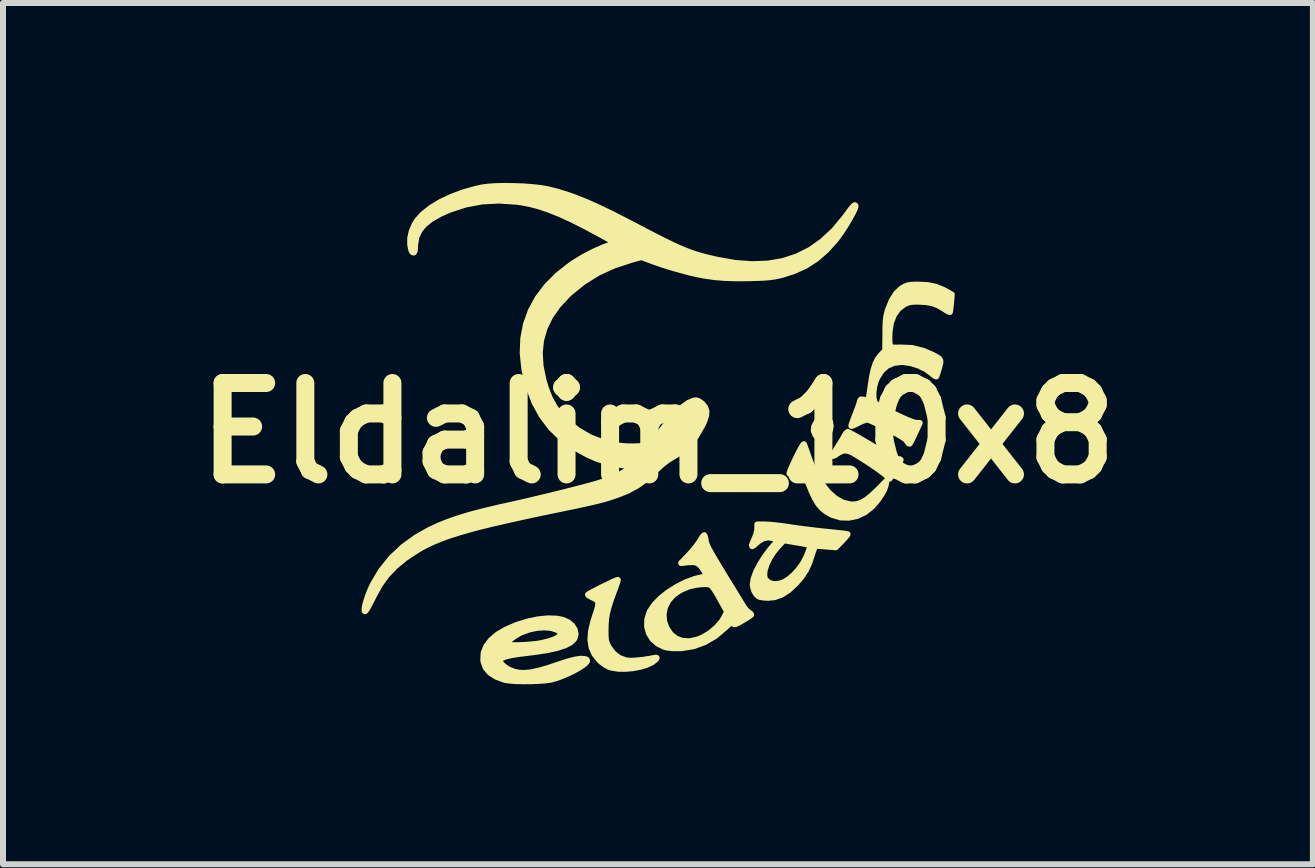
<source format=kicad_pcb>
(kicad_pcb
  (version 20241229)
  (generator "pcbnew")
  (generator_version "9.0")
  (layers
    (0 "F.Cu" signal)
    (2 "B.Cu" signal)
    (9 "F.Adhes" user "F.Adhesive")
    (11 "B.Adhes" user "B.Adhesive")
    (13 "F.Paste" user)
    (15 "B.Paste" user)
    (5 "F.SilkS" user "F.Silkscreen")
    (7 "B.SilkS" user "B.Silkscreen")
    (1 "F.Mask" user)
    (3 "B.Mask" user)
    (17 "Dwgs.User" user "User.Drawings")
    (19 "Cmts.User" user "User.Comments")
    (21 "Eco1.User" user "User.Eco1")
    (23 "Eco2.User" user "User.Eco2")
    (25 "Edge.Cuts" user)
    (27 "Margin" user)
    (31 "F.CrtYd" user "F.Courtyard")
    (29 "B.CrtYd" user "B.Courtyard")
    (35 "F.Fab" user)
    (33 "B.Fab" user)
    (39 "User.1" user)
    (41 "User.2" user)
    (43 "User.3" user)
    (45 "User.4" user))
  (footprint "Eldalim_10x8"
    (layer "F.Cu")
    (at 7.918 4.169)
    (property "Reference" "Eldalim_10x8" (at 0 0 0) (layer "F.SilkS") (effects (font (size 1.524 1.524) (thickness 0.3))))
    (attr through_hole)
    (fp_poly (pts (xy 2.879 -0.115) (xy 2.866 -0.045) (xy 2.831 0.013) (xy 2.783 0.054) (xy 2.729 0.075) (xy 2.676 0.072) (xy 2.63 0.04) (xy 2.626 0.033) (xy 2.597 -0.037) (xy 2.604 -0.111) (xy 2.645 -0.183) (xy 2.66 -0.199) (xy 2.726 -0.248) (xy 2.786 -0.262) (xy 2.834 -0.243) (xy 2.867 -0.192) (xy 2.879 -0.115)) (stroke (width 0.1) (type solid)) (fill yes) (layer "F.SilkS"))
    (fp_poly (pts (xy 4.045 0.447) (xy 4.036 0.471) (xy 4.012 0.517) (xy 3.978 0.576) (xy 3.94 0.639) (xy 3.904 0.697) (xy 3.875 0.741) (xy 3.859 0.761) (xy 3.84 0.755) (xy 3.828 0.732) (xy 3.809 0.709) (xy 3.762 0.67) (xy 3.693 0.618) (xy 3.608 0.558) (xy 3.511 0.493) (xy 3.408 0.427) (xy 3.304 0.362) (xy 3.25 0.33) (xy 3.168 0.294) (xy 3.095 0.29) (xy 3.022 0.32) (xy 2.979 0.349) (xy 2.941 0.374) (xy 2.919 0.381) (xy 2.916 0.378) (xy 2.926 0.354) (xy 2.951 0.308) (xy 2.988 0.248) (xy 2.998 0.231) (xy 3.042 0.161) (xy 3.082 0.096) (xy 3.109 0.047) (xy 3.112 0.042) (xy 3.137 0.002) (xy 3.16 -0.018) (xy 3.163 -0.019) (xy 3.184 -0.01) (xy 3.233 0.016) (xy 3.305 0.056) (xy 3.394 0.107) (xy 3.497 0.167) (xy 3.564 0.207) (xy 3.692 0.282) (xy 3.802 0.343) (xy 3.892 0.39) (xy 3.956 0.421) (xy 3.993 0.433) (xy 3.995 0.433) (xy 4.032 0.437) (xy 4.045 0.447)) (stroke (width 0.1) (type solid)) (fill yes) (layer "F.SilkS"))
    (fp_poly (pts (xy 3.807 0.8) (xy 3.796 0.87) (xy 3.773 0.938) (xy 3.728 1.021) (xy 3.667 1.111) (xy 3.595 1.197) (xy 3.569 1.225) (xy 3.452 1.319) (xy 3.321 1.381) (xy 3.184 1.41) (xy 3.044 1.406) (xy 2.909 1.366) (xy 2.882 1.353) (xy 2.799 1.305) (xy 2.73 1.248) (xy 2.67 1.177) (xy 2.615 1.084) (xy 2.559 0.964) (xy 2.523 0.874) (xy 2.478 0.769) (xy 2.434 0.693) (xy 2.394 0.649) (xy 2.367 0.64) (xy 2.337 0.645) (xy 2.288 0.657) (xy 2.274 0.662) (xy 2.226 0.673) (xy 2.196 0.675) (xy 2.192 0.674) (xy 2.196 0.655) (xy 2.214 0.608) (xy 2.244 0.539) (xy 2.283 0.455) (xy 2.303 0.412) (xy 2.35 0.319) (xy 2.388 0.247) (xy 2.416 0.202) (xy 2.432 0.186) (xy 2.434 0.188) (xy 2.445 0.217) (xy 2.465 0.272) (xy 2.491 0.345) (xy 2.509 0.397) (xy 2.558 0.527) (xy 2.603 0.632) (xy 2.651 0.723) (xy 2.707 0.813) (xy 2.729 0.847) (xy 2.84 0.986) (xy 2.957 1.09) (xy 3.079 1.158) (xy 3.205 1.189) (xy 3.248 1.191) (xy 3.325 1.183) (xy 3.4 1.156) (xy 3.48 1.108) (xy 3.569 1.035) (xy 3.664 0.944) (xy 3.807 0.8)) (stroke (width 0.1) (type solid)) (fill yes) (layer "F.SilkS"))
    (fp_poly (pts (xy -0.022 3.749) (xy -0.034 3.768) (xy -0.036 3.771) (xy -0.097 3.82) (xy -0.187 3.863) (xy -0.297 3.896) (xy -0.419 3.919) (xy -0.544 3.93) (xy -0.664 3.928) (xy -0.771 3.911) (xy -0.808 3.9) (xy -0.872 3.867) (xy -0.942 3.817) (xy -0.979 3.783) (xy -1.058 3.684) (xy -1.107 3.572) (xy -1.126 3.446) (xy -1.116 3.301) (xy -1.077 3.136) (xy -1.057 3.076) (xy -1.022 2.97) (xy -1.001 2.894) (xy -0.994 2.84) (xy -1.002 2.803) (xy -1.025 2.776) (xy -1.063 2.754) (xy -1.082 2.745) (xy -1.131 2.721) (xy -1.161 2.701) (xy -1.166 2.694) (xy -1.151 2.682) (xy -1.108 2.658) (xy -1.046 2.625) (xy -0.972 2.587) (xy -0.893 2.548) (xy -0.816 2.511) (xy -0.749 2.479) (xy -0.699 2.457) (xy -0.672 2.448) (xy -0.67 2.448) (xy -0.674 2.468) (xy -0.689 2.515) (xy -0.712 2.582) (xy -0.737 2.648) (xy -0.788 2.787) (xy -0.824 2.901) (xy -0.849 3) (xy -0.865 3.093) (xy -0.872 3.189) (xy -0.874 3.274) (xy -0.874 3.365) (xy -0.87 3.429) (xy -0.862 3.476) (xy -0.847 3.518) (xy -0.823 3.565) (xy -0.818 3.573) (xy -0.744 3.673) (xy -0.649 3.746) (xy -0.539 3.788) (xy -0.516 3.792) (xy -0.451 3.796) (xy -0.359 3.791) (xy -0.251 3.78) (xy -0.138 3.763) (xy -0.075 3.751) (xy -0.033 3.744) (xy -0.022 3.749)) (stroke (width 0.1) (type solid)) (fill yes) (layer "F.SilkS"))
    (fp_poly (pts (xy 3.16 1.686) (xy 3.152 1.702) (xy 3.122 1.738) (xy 3.078 1.786) (xy 3.066 1.799) (xy 2.963 1.904) (xy 2.804 1.891) (xy 2.73 1.885) (xy 2.67 1.88) (xy 2.634 1.876) (xy 2.629 1.875) (xy 2.617 1.891) (xy 2.598 1.934) (xy 2.576 1.998) (xy 2.566 2.031) (xy 2.536 2.119) (xy 2.536 1.877) (xy 2.533 1.869) (xy 2.512 1.861) (xy 2.461 1.85) (xy 2.388 1.836) (xy 2.31 1.823) (xy 2.098 1.787) (xy 2.001 1.89) (xy 1.924 1.983) (xy 1.859 2.084) (xy 1.811 2.185) (xy 1.78 2.28) (xy 1.77 2.364) (xy 1.782 2.429) (xy 1.793 2.447) (xy 1.854 2.498) (xy 1.935 2.519) (xy 2.029 2.51) (xy 2.104 2.483) (xy 2.183 2.434) (xy 2.268 2.36) (xy 2.349 2.27) (xy 2.417 2.173) (xy 2.439 2.135) (xy 2.48 2.052) (xy 2.511 1.976) (xy 2.531 1.915) (xy 2.536 1.877) (xy 2.536 2.119) (xy 2.518 2.173) (xy 2.463 2.289) (xy 2.394 2.395) (xy 2.301 2.503) (xy 2.298 2.506) (xy 2.178 2.618) (xy 2.06 2.694) (xy 1.94 2.736) (xy 1.836 2.746) (xy 1.767 2.742) (xy 1.708 2.733) (xy 1.68 2.724) (xy 1.638 2.687) (xy 1.603 2.625) (xy 1.583 2.554) (xy 1.58 2.523) (xy 1.594 2.431) (xy 1.633 2.321) (xy 1.695 2.199) (xy 1.775 2.07) (xy 1.87 1.942) (xy 1.906 1.9) (xy 2.011 1.778) (xy 1.932 1.754) (xy 1.839 1.738) (xy 1.756 1.754) (xy 1.674 1.803) (xy 1.645 1.829) (xy 1.597 1.87) (xy 1.571 1.885) (xy 1.566 1.871) (xy 1.581 1.828) (xy 1.608 1.766) (xy 1.635 1.697) (xy 1.652 1.629) (xy 1.656 1.595) (xy 1.656 1.524) (xy 1.784 1.524) (xy 1.849 1.527) (xy 1.94 1.535) (xy 2.048 1.548) (xy 2.162 1.563) (xy 2.209 1.571) (xy 2.339 1.59) (xy 2.491 1.609) (xy 2.647 1.628) (xy 2.791 1.644) (xy 2.829 1.647) (xy 2.935 1.658) (xy 3.027 1.668) (xy 3.1 1.676) (xy 3.146 1.683) (xy 3.16 1.686)) (stroke (width 0.1) (type solid)) (fill yes) (layer "F.SilkS"))
    (fp_poly (pts (xy -1.182 3.8) (xy -1.206 3.832) (xy -1.254 3.871) (xy -1.322 3.915) (xy -1.403 3.961) (xy -1.494 4.005) (xy -1.589 4.046) (xy -1.682 4.081) (xy -1.769 4.106) (xy -1.791 4.111) (xy -1.877 4.123) (xy -1.985 4.131) (xy -2.106 4.136) (xy -2.231 4.137) (xy -2.35 4.135) (xy -2.454 4.128) (xy -2.534 4.118) (xy -2.559 4.112) (xy -2.697 4.061) (xy -2.801 3.994) (xy -2.871 3.911) (xy -2.908 3.811) (xy -2.912 3.781) (xy -2.905 3.664) (xy -2.862 3.553) (xy -2.783 3.45) (xy -2.67 3.355) (xy -2.523 3.27) (xy -2.357 3.199) (xy -2.174 3.142) (xy -1.997 3.105) (xy -1.832 3.089) (xy -1.684 3.094) (xy -1.586 3.114) (xy -1.497 3.154) (xy -1.43 3.21) (xy -1.388 3.278) (xy -1.373 3.35) (xy -1.391 3.42) (xy -1.403 3.439) (xy -1.461 3.493) (xy -1.556 3.541) (xy -1.622 3.562) (xy -1.622 3.362) (xy -1.625 3.325) (xy -1.664 3.289) (xy -1.679 3.281) (xy -1.775 3.249) (xy -1.891 3.238) (xy -2.021 3.247) (xy -2.153 3.276) (xy -2.28 3.323) (xy -2.304 3.334) (xy -2.364 3.369) (xy -2.424 3.409) (xy -2.478 3.451) (xy -2.518 3.488) (xy -2.538 3.514) (xy -2.536 3.525) (xy -2.493 3.533) (xy -2.421 3.536) (xy -2.33 3.536) (xy -2.229 3.532) (xy -2.126 3.525) (xy -2.029 3.515) (xy -1.949 3.502) (xy -1.946 3.502) (xy -1.817 3.47) (xy -1.719 3.436) (xy -1.654 3.399) (xy -1.622 3.362) (xy -1.622 3.562) (xy -1.688 3.584) (xy -1.856 3.62) (xy -2.059 3.65) (xy -2.141 3.66) (xy -2.313 3.681) (xy -2.449 3.703) (xy -2.548 3.727) (xy -2.611 3.753) (xy -2.632 3.77) (xy -2.637 3.802) (xy -2.614 3.845) (xy -2.568 3.89) (xy -2.506 3.933) (xy -2.476 3.948) (xy -2.395 3.979) (xy -2.31 3.996) (xy -2.216 3.999) (xy -2.108 3.987) (xy -1.981 3.959) (xy -1.83 3.916) (xy -1.653 3.856) (xy -1.499 3.806) (xy -1.376 3.775) (xy -1.282 3.762) (xy -1.215 3.768) (xy -1.188 3.779) (xy -1.182 3.8)) (stroke (width 0.1) (type solid)) (fill yes) (layer "F.SilkS"))
    (fp_poly (pts (xy 1.552 3.03) (xy 1.533 3.045) (xy 1.489 3.074) (xy 1.43 3.111) (xy 1.409 3.123) (xy 1.34 3.162) (xy 1.296 3.183) (xy 1.27 3.186) (xy 1.259 3.177) (xy 1.244 3.147) (xy 1.242 3.138) (xy 1.23 3.144) (xy 1.197 3.172) (xy 1.154 3.211) (xy 1.154 2.979) (xy 1.033 2.76) (xy 0.979 2.664) (xy 0.931 2.591) (xy 0.895 2.544) (xy 0.875 2.528) (xy 0.81 2.517) (xy 0.721 2.519) (xy 0.623 2.532) (xy 0.525 2.554) (xy 0.507 2.559) (xy 0.369 2.619) (xy 0.256 2.698) (xy 0.171 2.794) (xy 0.116 2.902) (xy 0.093 3.019) (xy 0.103 3.141) (xy 0.143 3.251) (xy 0.212 3.354) (xy 0.3 3.425) (xy 0.405 3.464) (xy 0.524 3.471) (xy 0.654 3.444) (xy 0.741 3.409) (xy 0.865 3.336) (xy 0.976 3.243) (xy 1.066 3.138) (xy 1.101 3.08) (xy 1.154 2.979) (xy 1.154 3.211) (xy 1.149 3.216) (xy 1.122 3.241) (xy 0.956 3.382) (xy 0.779 3.485) (xy 0.593 3.553) (xy 0.396 3.585) (xy 0.367 3.586) (xy 0.238 3.586) (xy 0.14 3.573) (xy 0.112 3.566) (xy -0.002 3.511) (xy -0.091 3.433) (xy -0.151 3.336) (xy -0.181 3.226) (xy -0.179 3.108) (xy -0.142 2.989) (xy -0.133 2.97) (xy -0.061 2.863) (xy 0.041 2.757) (xy 0.167 2.656) (xy 0.31 2.565) (xy 0.462 2.488) (xy 0.616 2.431) (xy 0.746 2.4) (xy 0.824 2.387) (xy 0.765 2.285) (xy 0.713 2.211) (xy 0.659 2.167) (xy 0.592 2.15) (xy 0.501 2.153) (xy 0.495 2.154) (xy 0.387 2.167) (xy 0.52 2.027) (xy 0.584 1.956) (xy 0.644 1.881) (xy 0.69 1.816) (xy 0.706 1.791) (xy 0.736 1.741) (xy 0.76 1.709) (xy 0.772 1.703) (xy 0.782 1.725) (xy 0.792 1.771) (xy 0.795 1.794) (xy 0.802 1.826) (xy 0.818 1.868) (xy 0.844 1.925) (xy 0.884 1.998) (xy 0.939 2.093) (xy 1.01 2.212) (xy 1.096 2.354) (xy 1.172 2.479) (xy 1.244 2.595) (xy 1.308 2.7) (xy 1.362 2.788) (xy 1.403 2.855) (xy 1.428 2.895) (xy 1.431 2.9) (xy 1.468 2.95) (xy 1.508 2.987) (xy 1.517 2.993) (xy 1.546 3.014) (xy 1.552 3.03)) (stroke (width 0.1) (type solid)) (fill yes) (layer "F.SilkS"))
    (fp_poly (pts (xy 4.897 -2.31) (xy 4.885 -2.168) (xy 4.878 -2.099) (xy 4.871 -2.046) (xy 4.866 -2.019) (xy 4.865 -2.018) (xy 4.846 -2.023) (xy 4.807 -2.045) (xy 4.771 -2.069) (xy 4.676 -2.126) (xy 4.582 -2.163) (xy 4.477 -2.183) (xy 4.356 -2.19) (xy 4.269 -2.19) (xy 4.209 -2.185) (xy 4.162 -2.173) (xy 4.117 -2.153) (xy 4.102 -2.145) (xy 4.005 -2.07) (xy 3.932 -1.967) (xy 3.883 -1.838) (xy 3.86 -1.685) (xy 3.857 -1.612) (xy 3.858 -1.525) (xy 3.864 -1.469) (xy 3.883 -1.438) (xy 3.919 -1.425) (xy 3.981 -1.424) (xy 4.045 -1.426) (xy 4.235 -1.418) (xy 4.421 -1.372) (xy 4.572 -1.307) (xy 4.643 -1.27) (xy 4.687 -1.241) (xy 4.706 -1.211) (xy 4.707 -1.172) (xy 4.693 -1.113) (xy 4.685 -1.084) (xy 4.665 -1.019) (xy 4.649 -0.969) (xy 4.638 -0.945) (xy 4.638 -0.944) (xy 4.62 -0.95) (xy 4.585 -0.975) (xy 4.567 -0.992) (xy 4.468 -1.065) (xy 4.346 -1.125) (xy 4.213 -1.166) (xy 4.081 -1.185) (xy 4.058 -1.185) (xy 3.928 -1.169) (xy 3.818 -1.12) (xy 3.727 -1.039) (xy 3.655 -0.925) (xy 3.629 -0.865) (xy 3.605 -0.778) (xy 3.592 -0.684) (xy 3.592 -0.596) (xy 3.605 -0.526) (xy 3.612 -0.508) (xy 3.637 -0.485) (xy 3.69 -0.451) (xy 3.764 -0.409) (xy 3.853 -0.362) (xy 3.949 -0.314) (xy 4.047 -0.268) (xy 4.138 -0.227) (xy 4.217 -0.195) (xy 4.277 -0.175) (xy 4.307 -0.169) (xy 4.363 -0.169) (xy 4.287 -0.005) (xy 4.253 0.068) (xy 4.223 0.128) (xy 4.202 0.167) (xy 4.196 0.176) (xy 4.178 0.173) (xy 4.157 0.143) (xy 4.155 0.14) (xy 4.136 0.115) (xy 4.1 0.085) (xy 4.041 0.047) (xy 3.957 -0.001) (xy 3.843 -0.061) (xy 3.829 -0.069) (xy 3.729 -0.119) (xy 3.639 -0.163) (xy 3.565 -0.197) (xy 3.511 -0.219) (xy 3.487 -0.225) (xy 3.45 -0.217) (xy 3.393 -0.195) (xy 3.339 -0.169) (xy 3.283 -0.141) (xy 3.241 -0.123) (xy 3.224 -0.119) (xy 3.227 -0.138) (xy 3.243 -0.185) (xy 3.267 -0.251) (xy 3.292 -0.314) (xy 3.323 -0.395) (xy 3.348 -0.465) (xy 3.364 -0.516) (xy 3.368 -0.536) (xy 3.382 -0.559) (xy 3.425 -0.558) (xy 3.482 -0.538) (xy 3.494 -0.538) (xy 3.505 -0.553) (xy 3.515 -0.589) (xy 3.526 -0.65) (xy 3.539 -0.742) (xy 3.543 -0.772) (xy 3.567 -0.93) (xy 3.594 -1.056) (xy 3.626 -1.155) (xy 3.665 -1.233) (xy 3.713 -1.295) (xy 3.719 -1.302) (xy 3.788 -1.372) (xy 3.791 -1.65) (xy 3.792 -1.768) (xy 3.796 -1.857) (xy 3.803 -1.927) (xy 3.815 -1.986) (xy 3.831 -2.045) (xy 3.836 -2.06) (xy 3.897 -2.21) (xy 3.969 -2.325) (xy 4.054 -2.406) (xy 4.08 -2.423) (xy 4.126 -2.447) (xy 4.168 -2.463) (xy 4.219 -2.471) (xy 4.288 -2.474) (xy 4.346 -2.474) (xy 4.499 -2.466) (xy 4.632 -2.438) (xy 4.758 -2.387) (xy 4.814 -2.357) (xy 4.897 -2.31)) (stroke (width 0.1) (type solid)) (fill yes) (layer "F.SilkS"))
    (fp_poly (pts (xy 3.293 -3.779) (xy 3.282 -3.743) (xy 3.255 -3.684) (xy 3.214 -3.607) (xy 3.163 -3.519) (xy 3.107 -3.428) (xy 3.049 -3.341) (xy 2.994 -3.263) (xy 2.963 -3.223) (xy 2.804 -3.046) (xy 2.639 -2.903) (xy 2.46 -2.788) (xy 2.263 -2.699) (xy 2.077 -2.64) (xy 2.004 -2.622) (xy 1.937 -2.609) (xy 1.867 -2.599) (xy 1.786 -2.592) (xy 1.686 -2.587) (xy 1.558 -2.583) (xy 1.528 -2.582) (xy 1.309 -2.58) (xy 1.118 -2.586) (xy 0.943 -2.6) (xy 0.776 -2.624) (xy 0.66 -2.646) (xy 0.529 -2.676) (xy 0.377 -2.717) (xy 0.215 -2.763) (xy 0.058 -2.813) (xy -0.081 -2.861) (xy -0.099 -2.868) (xy -0.276 -2.934) (xy -0.444 -2.888) (xy -0.735 -2.792) (xy -1.001 -2.67) (xy -1.242 -2.52) (xy -1.463 -2.342) (xy -1.503 -2.305) (xy -1.669 -2.126) (xy -1.798 -1.942) (xy -1.891 -1.75) (xy -1.949 -1.55) (xy -1.971 -1.339) (xy -1.957 -1.117) (xy -1.909 -0.882) (xy -1.87 -0.753) (xy -1.802 -0.578) (xy -1.72 -0.429) (xy -1.617 -0.295) (xy -1.522 -0.199) (xy -1.338 -0.05) (xy -1.134 0.069) (xy -0.915 0.155) (xy -0.685 0.207) (xy -0.536 0.221) (xy -0.413 0.223) (xy -0.304 0.219) (xy -0.221 0.208) (xy -0.22 0.208) (xy -0.111 0.185) (xy 0.051 -0.034) (xy 0.178 -0.197) (xy 0.298 -0.33) (xy 0.408 -0.432) (xy 0.507 -0.503) (xy 0.594 -0.54) (xy 0.638 -0.546) (xy 0.677 -0.533) (xy 0.725 -0.5) (xy 0.745 -0.482) (xy 0.789 -0.426) (xy 0.808 -0.365) (xy 0.803 -0.293) (xy 0.774 -0.203) (xy 0.743 -0.135) (xy 0.635 0.052) (xy 0.501 0.211) (xy 0.344 0.342) (xy 0.211 0.421) (xy 0.149 0.461) (xy 0.07 0.523) (xy -0.016 0.601) (xy -0.052 0.637) (xy -0.198 0.77) (xy -0.346 0.876) (xy -0.508 0.963) (xy -0.665 1.026) (xy -0.745 1.054) (xy -0.823 1.079) (xy -0.904 1.103) (xy -0.993 1.126) (xy -1.096 1.151) (xy -1.217 1.178) (xy -1.363 1.21) (xy -1.539 1.246) (xy -1.609 1.261) (xy -1.945 1.33) (xy -2.248 1.395) (xy -2.518 1.455) (xy -2.759 1.511) (xy -2.973 1.563) (xy -3.163 1.614) (xy -3.331 1.663) (xy -3.481 1.711) (xy -3.614 1.759) (xy -3.733 1.808) (xy -3.841 1.858) (xy -3.941 1.91) (xy -4.011 1.951) (xy -4.211 2.083) (xy -4.379 2.221) (xy -4.52 2.369) (xy -4.638 2.532) (xy -4.738 2.714) (xy -4.779 2.796) (xy -4.816 2.867) (xy -4.846 2.92) (xy -4.861 2.945) (xy -4.883 2.97) (xy -4.89 2.962) (xy -4.891 2.934) (xy -4.884 2.883) (xy -4.864 2.808) (xy -4.835 2.719) (xy -4.799 2.627) (xy -4.76 2.54) (xy -4.751 2.521) (xy -4.615 2.292) (xy -4.448 2.084) (xy -4.251 1.898) (xy -4.024 1.734) (xy -3.819 1.619) (xy -3.67 1.548) (xy -3.509 1.483) (xy -3.332 1.421) (xy -3.134 1.361) (xy -2.909 1.302) (xy -2.654 1.241) (xy -2.531 1.214) (xy -2.351 1.174) (xy -2.163 1.131) (xy -1.97 1.085) (xy -1.779 1.039) (xy -1.593 0.993) (xy -1.419 0.949) (xy -1.26 0.908) (xy -1.122 0.871) (xy -1.009 0.839) (xy -0.927 0.813) (xy -0.913 0.808) (xy -0.76 0.749) (xy -0.627 0.687) (xy -0.52 0.624) (xy -0.481 0.596) (xy -0.426 0.552) (xy -0.566 0.54) (xy -0.786 0.503) (xy -1.015 0.43) (xy -1.159 0.368) (xy -1.398 0.237) (xy -1.607 0.085) (xy -1.786 -0.09) (xy -1.936 -0.289) (xy -2.058 -0.512) (xy -2.153 -0.76) (xy -2.221 -1.034) (xy -2.229 -1.08) (xy -2.255 -1.334) (xy -2.245 -1.58) (xy -2.2 -1.815) (xy -2.119 -2.04) (xy -2.003 -2.252) (xy -1.852 -2.451) (xy -1.668 -2.636) (xy -1.451 -2.806) (xy -1.415 -2.83) (xy -1.248 -2.933) (xy -1.072 -3.025) (xy -0.901 -3.1) (xy -0.812 -3.132) (xy -0.772 -3.145) (xy -0.745 -3.156) (xy -0.735 -3.168) (xy -0.745 -3.184) (xy -0.777 -3.207) (xy -0.835 -3.241) (xy -0.92 -3.288) (xy -0.988 -3.325) (xy -1.228 -3.454) (xy -1.441 -3.561) (xy -1.634 -3.649) (xy -1.81 -3.72) (xy -1.973 -3.776) (xy -2.128 -3.817) (xy -2.279 -3.846) (xy -2.351 -3.856) (xy -2.648 -3.876) (xy -2.932 -3.861) (xy -3.206 -3.81) (xy -3.471 -3.724) (xy -3.631 -3.653) (xy -3.781 -3.568) (xy -3.896 -3.477) (xy -3.977 -3.377) (xy -4.028 -3.265) (xy -4.049 -3.138) (xy -4.05 -3.102) (xy -4.054 -3.039) (xy -4.068 -3.012) (xy -4.074 -3.01) (xy -4.094 -3.017) (xy -4.109 -3.043) (xy -4.122 -3.095) (xy -4.13 -3.146) (xy -4.13 -3.248) (xy -4.105 -3.361) (xy -4.058 -3.473) (xy -4.016 -3.542) (xy -3.918 -3.65) (xy -3.787 -3.754) (xy -3.628 -3.851) (xy -3.445 -3.938) (xy -3.244 -4.013) (xy -3.029 -4.073) (xy -2.937 -4.093) (xy -2.835 -4.107) (xy -2.706 -4.116) (xy -2.557 -4.119) (xy -2.398 -4.117) (xy -2.237 -4.111) (xy -2.084 -4.099) (xy -1.948 -4.084) (xy -1.845 -4.066) (xy -1.689 -4.027) (xy -1.529 -3.979) (xy -1.363 -3.92) (xy -1.185 -3.848) (xy -0.991 -3.761) (xy -0.776 -3.658) (xy -0.537 -3.536) (xy -0.421 -3.476) (xy -0.216 -3.368) (xy -0.039 -3.277) (xy 0.113 -3.2) (xy 0.245 -3.136) (xy 0.362 -3.083) (xy 0.467 -3.039) (xy 0.565 -3.002) (xy 0.661 -2.971) (xy 0.759 -2.943) (xy 0.862 -2.917) (xy 0.976 -2.891) (xy 0.978 -2.89) (xy 1.283 -2.836) (xy 1.569 -2.815) (xy 1.836 -2.825) (xy 2.085 -2.868) (xy 2.319 -2.945) (xy 2.537 -3.054) (xy 2.74 -3.198) (xy 2.931 -3.375) (xy 3.108 -3.587) (xy 3.151 -3.645) (xy 3.21 -3.726) (xy 3.252 -3.776) (xy 3.278 -3.798) (xy 3.291 -3.793) (xy 3.293 -3.779)) (stroke (width 0.1) (type solid)) (fill yes) (layer "F.SilkS")))
  (gr_rect
    (start -3 -3)
    (end 18.835 11.357)
    (stroke (width 0.1) (type default))
    (fill no)
    (layer "Edge.Cuts")))
</source>
